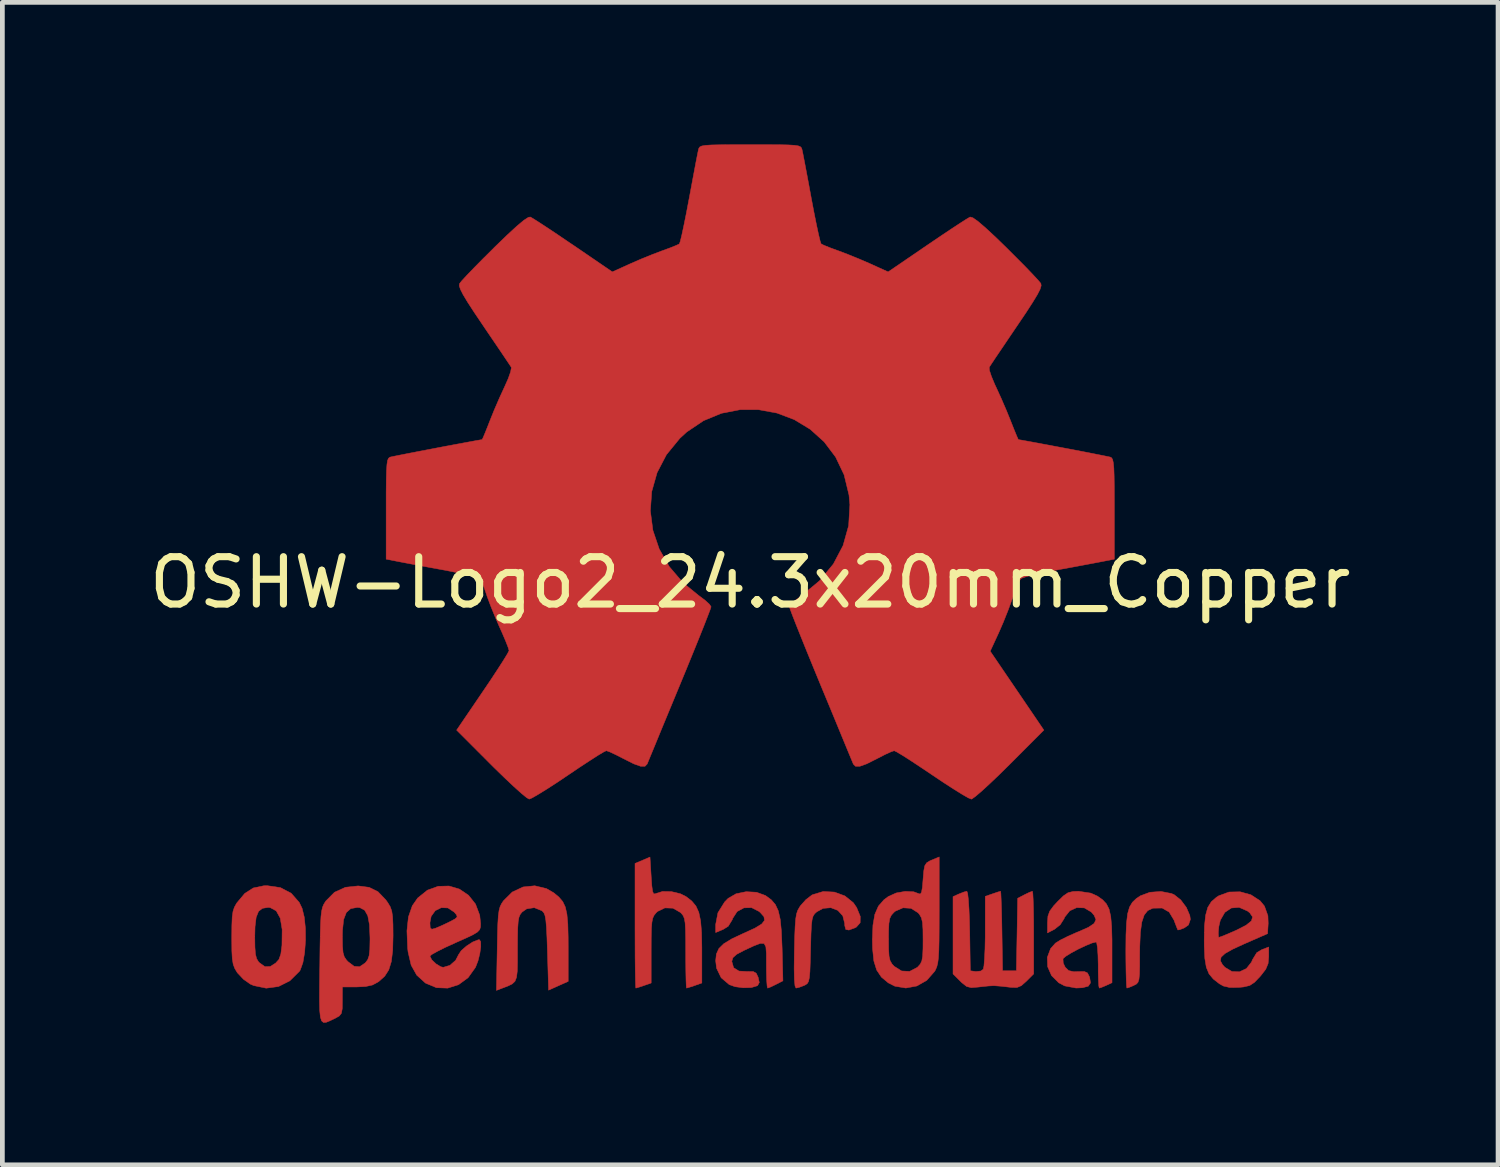
<source format=kicad_pcb>
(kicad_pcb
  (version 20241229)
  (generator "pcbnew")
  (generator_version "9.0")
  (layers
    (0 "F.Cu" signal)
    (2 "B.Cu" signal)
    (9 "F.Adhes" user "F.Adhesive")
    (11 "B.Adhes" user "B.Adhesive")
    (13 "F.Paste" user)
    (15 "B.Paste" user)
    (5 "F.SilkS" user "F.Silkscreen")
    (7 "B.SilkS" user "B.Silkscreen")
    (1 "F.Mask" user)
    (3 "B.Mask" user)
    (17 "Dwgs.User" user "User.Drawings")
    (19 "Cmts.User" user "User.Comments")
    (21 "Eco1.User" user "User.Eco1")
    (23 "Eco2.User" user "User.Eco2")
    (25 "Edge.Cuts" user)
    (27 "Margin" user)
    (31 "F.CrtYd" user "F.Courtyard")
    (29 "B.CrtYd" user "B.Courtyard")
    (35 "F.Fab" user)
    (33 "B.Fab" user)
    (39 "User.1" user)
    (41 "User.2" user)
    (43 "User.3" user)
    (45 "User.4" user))
  (footprint "OSHW-Logo2_24.3x20mm_Copper"
    (layer "F.Cu")
    (at 12.792 9.25)
    (property "Reference" "OSHW-Logo2_24.3x20mm_Copper" (at 0 0 0) (layer "F.SilkS") (effects (font (size 1 1) (thickness 0.15))))
    (attr exclude_from_pos_files exclude_from_bom)
    (fp_poly (pts (xy 8.893 6.567) (xy 8.951 6.592) (xy 9.09 6.702) (xy 9.209 6.861) (xy 9.282 7.031) (xy 9.294 7.114) (xy 9.254 7.231) (xy 9.166 7.293) (xy 9.072 7.33) (xy 9.029 7.337) (xy 9.008 7.287) (xy 8.966 7.178) (xy 8.948 7.129) (xy 8.846 6.959) (xy 8.698 6.874) (xy 8.509 6.877) (xy 8.495 6.88) (xy 8.393 6.928) (xy 8.319 7.021) (xy 8.268 7.172) (xy 8.238 7.391) (xy 8.225 7.69) (xy 8.223 7.849) (xy 8.223 8.1) (xy 8.219 8.271) (xy 8.208 8.379) (xy 8.187 8.443) (xy 8.153 8.48) (xy 8.102 8.506) (xy 8.099 8.508) (xy 8.002 8.549) (xy 7.953 8.564) (xy 7.946 8.518) (xy 7.94 8.391) (xy 7.935 8.199) (xy 7.932 7.959) (xy 7.931 7.783) (xy 7.934 7.443) (xy 7.946 7.184) (xy 7.969 6.993) (xy 8.009 6.854) (xy 8.07 6.752) (xy 8.154 6.672) (xy 8.238 6.616) (xy 8.439 6.541) (xy 8.673 6.524) (xy 8.893 6.567)) (stroke (width 0.01) (type solid)) (fill yes) (layer "F.Cu"))
    (fp_poly (pts (xy -4.304 6.463) (xy -4.148 6.553) (xy -4.04 6.643) (xy -3.96 6.737) (xy -3.905 6.852) (xy -3.871 7.004) (xy -3.852 7.211) (xy -3.845 7.488) (xy -3.844 7.688) (xy -3.844 8.423) (xy -4.051 8.515) (xy -4.258 8.608) (xy -4.282 7.803) (xy -4.292 7.503) (xy -4.303 7.285) (xy -4.316 7.134) (xy -4.333 7.036) (xy -4.357 6.976) (xy -4.39 6.938) (xy -4.401 6.93) (xy -4.56 6.866) (xy -4.721 6.891) (xy -4.817 6.958) (xy -4.856 7.006) (xy -4.883 7.068) (xy -4.9 7.162) (xy -4.91 7.306) (xy -4.914 7.516) (xy -4.915 7.735) (xy -4.915 8.01) (xy -4.919 8.205) (xy -4.935 8.336) (xy -4.968 8.421) (xy -5.026 8.476) (xy -5.113 8.519) (xy -5.231 8.564) (xy -5.359 8.613) (xy -5.343 7.749) (xy -5.337 7.438) (xy -5.33 7.207) (xy -5.32 7.043) (xy -5.304 6.927) (xy -5.282 6.844) (xy -5.25 6.779) (xy -5.211 6.721) (xy -5.025 6.536) (xy -4.797 6.429) (xy -4.55 6.404) (xy -4.304 6.463)) (stroke (width 0.01) (type solid)) (fill yes) (layer "F.Cu"))
    (fp_poly (pts (xy 1.777 6.537) (xy 1.998 6.618) (xy 2.177 6.762) (xy 2.247 6.864) (xy 2.323 7.05) (xy 2.321 7.185) (xy 2.241 7.276) (xy 2.212 7.291) (xy 2.084 7.339) (xy 2.018 7.327) (xy 1.996 7.246) (xy 1.995 7.202) (xy 1.954 7.038) (xy 1.849 6.923) (xy 1.702 6.867) (xy 1.538 6.881) (xy 1.404 6.954) (xy 1.359 6.995) (xy 1.327 7.045) (xy 1.306 7.121) (xy 1.292 7.239) (xy 1.283 7.417) (xy 1.276 7.67) (xy 1.274 7.75) (xy 1.267 8.025) (xy 1.26 8.218) (xy 1.248 8.346) (xy 1.23 8.425) (xy 1.203 8.47) (xy 1.163 8.497) (xy 1.138 8.509) (xy 1.03 8.55) (xy 0.966 8.564) (xy 0.945 8.519) (xy 0.932 8.381) (xy 0.927 8.15) (xy 0.931 7.824) (xy 0.932 7.773) (xy 0.939 7.476) (xy 0.948 7.258) (xy 0.96 7.104) (xy 0.978 6.996) (xy 1.005 6.918) (xy 1.043 6.852) (xy 1.062 6.824) (xy 1.174 6.698) (xy 1.3 6.601) (xy 1.315 6.593) (xy 1.54 6.525) (xy 1.777 6.537)) (stroke (width 0.01) (type solid)) (fill yes) (layer "F.Cu"))
    (fp_poly (pts (xy -2.092 6.206) (xy -2.078 6.405) (xy -2.062 6.523) (xy -2.039 6.574) (xy -2.006 6.574) (xy -1.995 6.568) (xy -1.852 6.524) (xy -1.665 6.527) (xy -1.476 6.572) (xy -1.357 6.631) (xy -1.236 6.725) (xy -1.147 6.831) (xy -1.086 6.966) (xy -1.048 7.146) (xy -1.028 7.388) (xy -1.022 7.707) (xy -1.022 7.769) (xy -1.022 8.457) (xy -1.175 8.511) (xy -1.284 8.547) (xy -1.344 8.564) (xy -1.345 8.564) (xy -1.351 8.518) (xy -1.356 8.392) (xy -1.36 8.201) (xy -1.362 7.963) (xy -1.362 7.818) (xy -1.363 7.533) (xy -1.367 7.328) (xy -1.375 7.188) (xy -1.391 7.096) (xy -1.416 7.035) (xy -1.452 6.989) (xy -1.475 6.967) (xy -1.632 6.877) (xy -1.803 6.871) (xy -1.958 6.946) (xy -1.987 6.974) (xy -2.029 7.025) (xy -2.058 7.086) (xy -2.076 7.174) (xy -2.087 7.307) (xy -2.091 7.502) (xy -2.092 7.772) (xy -2.092 8.457) (xy -2.246 8.511) (xy -2.354 8.547) (xy -2.414 8.564) (xy -2.416 8.564) (xy -2.42 8.517) (xy -2.424 8.386) (xy -2.428 8.182) (xy -2.431 7.919) (xy -2.432 7.608) (xy -2.433 7.263) (xy -2.433 7.248) (xy -2.433 5.932) (xy -2.117 5.798) (xy -2.092 6.206)) (stroke (width 0.01) (type solid)) (fill yes) (layer "F.Cu"))
    (fp_poly (pts (xy 5.967 6.566) (xy 5.974 6.694) (xy 5.98 6.889) (xy 5.984 7.135) (xy 5.985 7.392) (xy 5.985 8.265) (xy 5.831 8.419) (xy 5.725 8.513) (xy 5.632 8.552) (xy 5.505 8.549) (xy 5.454 8.543) (xy 5.296 8.525) (xy 5.165 8.515) (xy 5.134 8.514) (xy 5.026 8.52) (xy 4.873 8.536) (xy 4.813 8.543) (xy 4.667 8.555) (xy 4.569 8.53) (xy 4.471 8.453) (xy 4.436 8.419) (xy 4.282 8.265) (xy 4.282 6.633) (xy 4.406 6.577) (xy 4.513 6.535) (xy 4.575 6.52) (xy 4.591 6.567) (xy 4.606 6.696) (xy 4.619 6.894) (xy 4.629 7.146) (xy 4.634 7.36) (xy 4.647 8.199) (xy 4.763 8.215) (xy 4.869 8.204) (xy 4.92 8.167) (xy 4.935 8.097) (xy 4.947 7.949) (xy 4.957 7.741) (xy 4.962 7.493) (xy 4.962 7.364) (xy 4.963 6.627) (xy 5.116 6.574) (xy 5.225 6.537) (xy 5.284 6.52) (xy 5.286 6.52) (xy 5.292 6.566) (xy 5.298 6.694) (xy 5.305 6.888) (xy 5.311 7.132) (xy 5.315 7.36) (xy 5.328 8.199) (xy 5.62 8.199) (xy 5.634 7.433) (xy 5.647 6.668) (xy 5.789 6.594) (xy 5.894 6.543) (xy 5.957 6.52) (xy 5.958 6.52) (xy 5.967 6.566)) (stroke (width 0.01) (type solid)) (fill yes) (layer "F.Cu"))
    (fp_poly (pts (xy -9.92 6.443) (xy -9.692 6.563) (xy -9.523 6.756) (xy -9.463 6.88) (xy -9.417 7.067) (xy -9.393 7.302) (xy -9.391 7.559) (xy -9.409 7.81) (xy -9.446 8.027) (xy -9.502 8.183) (xy -9.519 8.21) (xy -9.721 8.41) (xy -9.961 8.531) (xy -10.221 8.566) (xy -10.485 8.511) (xy -10.558 8.479) (xy -10.701 8.378) (xy -10.826 8.245) (xy -10.838 8.228) (xy -10.886 8.147) (xy -10.918 8.06) (xy -10.937 7.945) (xy -10.946 7.782) (xy -10.948 7.546) (xy -10.948 7.493) (xy -10.948 7.477) (xy -10.462 7.477) (xy -10.459 7.699) (xy -10.448 7.846) (xy -10.424 7.941) (xy -10.385 8.007) (xy -10.364 8.029) (xy -10.248 8.112) (xy -10.135 8.108) (xy -10.021 8.036) (xy -9.952 7.959) (xy -9.912 7.846) (xy -9.889 7.669) (xy -9.888 7.648) (xy -9.884 7.327) (xy -9.924 7.088) (xy -10.009 6.934) (xy -10.136 6.865) (xy -10.182 6.861) (xy -10.301 6.88) (xy -10.383 6.945) (xy -10.433 7.071) (xy -10.457 7.269) (xy -10.462 7.477) (xy -10.948 7.477) (xy -10.946 7.243) (xy -10.939 7.068) (xy -10.922 6.946) (xy -10.893 6.857) (xy -10.849 6.778) (xy -10.839 6.763) (xy -10.673 6.565) (xy -10.493 6.45) (xy -10.273 6.404) (xy -10.199 6.402) (xy -9.92 6.443)) (stroke (width 0.01) (type solid)) (fill yes) (layer "F.Cu"))
    (fp_poly (pts (xy 10.572 6.594) (xy 10.765 6.72) (xy 10.858 6.833) (xy 10.931 7.037) (xy 10.937 7.199) (xy 10.924 7.415) (xy 10.425 7.633) (xy 10.183 7.745) (xy 10.024 7.835) (xy 9.942 7.912) (xy 9.928 7.988) (xy 9.973 8.071) (xy 10.024 8.126) (xy 10.171 8.214) (xy 10.33 8.221) (xy 10.477 8.152) (xy 10.585 8.015) (xy 10.604 7.967) (xy 10.696 7.816) (xy 10.803 7.752) (xy 10.948 7.697) (xy 10.948 7.905) (xy 10.935 8.047) (xy 10.885 8.167) (xy 10.779 8.304) (xy 10.763 8.322) (xy 10.646 8.444) (xy 10.545 8.51) (xy 10.418 8.54) (xy 10.313 8.55) (xy 10.126 8.552) (xy 9.992 8.521) (xy 9.909 8.475) (xy 9.778 8.373) (xy 9.687 8.263) (xy 9.63 8.124) (xy 9.599 7.937) (xy 9.587 7.682) (xy 9.586 7.552) (xy 9.589 7.396) (xy 9.883 7.396) (xy 9.887 7.48) (xy 9.895 7.493) (xy 9.951 7.475) (xy 10.072 7.426) (xy 10.233 7.356) (xy 10.267 7.341) (xy 10.47 7.237) (xy 10.583 7.146) (xy 10.607 7.061) (xy 10.548 6.975) (xy 10.5 6.937) (xy 10.324 6.86) (xy 10.159 6.873) (xy 10.021 6.966) (xy 9.926 7.131) (xy 9.895 7.262) (xy 9.883 7.396) (xy 9.589 7.396) (xy 9.592 7.249) (xy 9.616 7.025) (xy 9.661 6.862) (xy 9.736 6.741) (xy 9.845 6.646) (xy 9.892 6.616) (xy 10.108 6.536) (xy 10.344 6.531) (xy 10.572 6.594)) (stroke (width 0.01) (type solid)) (fill yes) (layer "F.Cu"))
    (fp_poly (pts (xy 3.99 6.924) (xy 3.989 7.288) (xy 3.987 7.568) (xy 3.982 7.777) (xy 3.973 7.929) (xy 3.959 8.037) (xy 3.939 8.115) (xy 3.913 8.177) (xy 3.893 8.212) (xy 3.727 8.401) (xy 3.518 8.52) (xy 3.285 8.563) (xy 3.053 8.524) (xy 2.915 8.454) (xy 2.769 8.332) (xy 2.67 8.184) (xy 2.61 7.991) (xy 2.583 7.732) (xy 2.579 7.542) (xy 2.58 7.529) (xy 2.92 7.529) (xy 2.922 7.746) (xy 2.931 7.89) (xy 2.953 7.984) (xy 2.992 8.053) (xy 3.039 8.104) (xy 3.196 8.203) (xy 3.365 8.212) (xy 3.524 8.129) (xy 3.537 8.118) (xy 3.59 8.059) (xy 3.623 7.99) (xy 3.641 7.886) (xy 3.648 7.726) (xy 3.649 7.549) (xy 3.647 7.326) (xy 3.637 7.178) (xy 3.614 7.08) (xy 3.575 7.011) (xy 3.544 6.974) (xy 3.396 6.88) (xy 3.226 6.869) (xy 3.063 6.94) (xy 3.032 6.967) (xy 2.979 7.026) (xy 2.946 7.096) (xy 2.928 7.2) (xy 2.921 7.362) (xy 2.92 7.529) (xy 2.58 7.529) (xy 2.591 7.237) (xy 2.631 7.007) (xy 2.706 6.834) (xy 2.823 6.7) (xy 2.915 6.631) (xy 3.081 6.556) (xy 3.273 6.522) (xy 3.452 6.531) (xy 3.552 6.568) (xy 3.591 6.579) (xy 3.617 6.539) (xy 3.636 6.433) (xy 3.649 6.271) (xy 3.664 6.091) (xy 3.685 5.982) (xy 3.724 5.92) (xy 3.79 5.879) (xy 3.832 5.861) (xy 3.99 5.795) (xy 3.99 6.924)) (stroke (width 0.01) (type solid)) (fill yes) (layer "F.Cu"))
    (fp_poly (pts (xy -6.141 6.474) (xy -5.949 6.604) (xy -5.801 6.79) (xy -5.712 7.027) (xy -5.694 7.202) (xy -5.696 7.275) (xy -5.713 7.33) (xy -5.76 7.38) (xy -5.851 7.436) (xy -6.002 7.508) (xy -6.227 7.608) (xy -6.228 7.609) (xy -6.435 7.703) (xy -6.605 7.788) (xy -6.72 7.852) (xy -6.764 7.888) (xy -6.764 7.888) (xy -6.726 7.966) (xy -6.636 8.052) (xy -6.534 8.114) (xy -6.482 8.126) (xy -6.341 8.084) (xy -6.22 7.977) (xy -6.16 7.86) (xy -6.103 7.774) (xy -5.991 7.676) (xy -5.86 7.591) (xy -5.744 7.545) (xy -5.719 7.542) (xy -5.692 7.584) (xy -5.69 7.691) (xy -5.71 7.834) (xy -5.748 7.988) (xy -5.8 8.122) (xy -5.803 8.128) (xy -5.958 8.345) (xy -6.159 8.492) (xy -6.388 8.565) (xy -6.626 8.556) (xy -6.853 8.461) (xy -6.863 8.454) (xy -7.042 8.292) (xy -7.16 8.081) (xy -7.225 7.803) (xy -7.234 7.724) (xy -7.249 7.356) (xy -7.231 7.184) (xy -6.764 7.184) (xy -6.758 7.291) (xy -6.724 7.322) (xy -6.642 7.299) (xy -6.511 7.243) (xy -6.365 7.174) (xy -6.362 7.172) (xy -6.238 7.107) (xy -6.189 7.064) (xy -6.201 7.018) (xy -6.252 6.959) (xy -6.383 6.872) (xy -6.524 6.866) (xy -6.651 6.929) (xy -6.738 7.05) (xy -6.764 7.184) (xy -7.231 7.184) (xy -7.217 7.06) (xy -7.136 6.826) (xy -7.022 6.662) (xy -6.817 6.497) (xy -6.591 6.415) (xy -6.36 6.409) (xy -6.141 6.474)) (stroke (width 0.01) (type solid)) (fill yes) (layer "F.Cu"))
    (fp_poly (pts (xy 0.133 6.541) (xy 0.324 6.611) (xy 0.326 6.613) (xy 0.444 6.7) (xy 0.531 6.801) (xy 0.592 6.933) (xy 0.633 7.112) (xy 0.657 7.354) (xy 0.671 7.675) (xy 0.673 7.721) (xy 0.69 8.411) (xy 0.542 8.487) (xy 0.435 8.539) (xy 0.37 8.564) (xy 0.367 8.564) (xy 0.356 8.519) (xy 0.347 8.397) (xy 0.342 8.218) (xy 0.341 8.074) (xy 0.341 7.84) (xy 0.33 7.693) (xy 0.293 7.623) (xy 0.213 7.62) (xy 0.075 7.673) (xy -0.134 7.77) (xy -0.287 7.851) (xy -0.366 7.922) (xy -0.389 7.998) (xy -0.389 8.002) (xy -0.351 8.134) (xy -0.238 8.205) (xy -0.064 8.215) (xy 0.061 8.214) (xy 0.126 8.25) (xy 0.167 8.336) (xy 0.191 8.446) (xy 0.157 8.509) (xy 0.144 8.517) (xy 0.023 8.553) (xy -0.146 8.558) (xy -0.32 8.535) (xy -0.443 8.491) (xy -0.614 8.346) (xy -0.711 8.145) (xy -0.73 7.987) (xy -0.715 7.845) (xy -0.662 7.729) (xy -0.557 7.626) (xy -0.387 7.523) (xy -0.137 7.406) (xy -0.122 7.4) (xy 0.103 7.296) (xy 0.242 7.211) (xy 0.302 7.134) (xy 0.289 7.056) (xy 0.21 6.967) (xy 0.186 6.946) (xy 0.029 6.866) (xy -0.134 6.87) (xy -0.277 6.948) (xy -0.371 7.093) (xy -0.38 7.121) (xy -0.465 7.259) (xy -0.573 7.326) (xy -0.73 7.391) (xy -0.73 7.221) (xy -0.682 6.973) (xy -0.541 6.746) (xy -0.467 6.67) (xy -0.3 6.573) (xy -0.087 6.529) (xy 0.133 6.541)) (stroke (width 0.01) (type solid)) (fill yes) (layer "F.Cu"))
    (fp_poly (pts (xy -8.047 6.437) (xy -7.861 6.529) (xy -7.697 6.7) (xy -7.652 6.763) (xy -7.602 6.846) (xy -7.57 6.936) (xy -7.552 7.056) (xy -7.544 7.229) (xy -7.542 7.457) (xy -7.55 7.77) (xy -7.579 8.005) (xy -7.633 8.18) (xy -7.719 8.314) (xy -7.843 8.425) (xy -7.852 8.431) (xy -7.974 8.498) (xy -8.121 8.531) (xy -8.308 8.54) (xy -8.612 8.54) (xy -8.613 8.835) (xy -8.615 8.999) (xy -8.633 9.096) (xy -8.678 9.153) (xy -8.764 9.202) (xy -8.785 9.212) (xy -8.882 9.258) (xy -8.957 9.288) (xy -9.012 9.29) (xy -9.052 9.256) (xy -9.077 9.176) (xy -9.091 9.04) (xy -9.096 8.838) (xy -9.095 8.56) (xy -9.091 8.198) (xy -9.089 8.09) (xy -9.085 7.716) (xy -9.08 7.471) (xy -8.613 7.471) (xy -8.61 7.679) (xy -8.598 7.815) (xy -8.572 7.904) (xy -8.525 7.973) (xy -8.493 8.007) (xy -8.363 8.105) (xy -8.248 8.113) (xy -8.129 8.032) (xy -8.126 8.029) (xy -8.078 7.966) (xy -8.048 7.881) (xy -8.033 7.75) (xy -8.029 7.549) (xy -8.029 7.504) (xy -8.04 7.228) (xy -8.076 7.036) (xy -8.142 6.919) (xy -8.242 6.866) (xy -8.299 6.861) (xy -8.436 6.886) (xy -8.529 6.968) (xy -8.586 7.117) (xy -8.61 7.346) (xy -8.613 7.471) (xy -9.08 7.471) (xy -9.08 7.427) (xy -9.073 7.209) (xy -9.064 7.05) (xy -9.05 6.937) (xy -9.032 6.858) (xy -9.007 6.798) (xy -8.975 6.746) (xy -8.962 6.726) (xy -8.779 6.541) (xy -8.548 6.436) (xy -8.28 6.407) (xy -8.047 6.437)) (stroke (width 0.01) (type solid)) (fill yes) (layer "F.Cu"))
    (fp_poly (pts (xy 7.191 6.559) (xy 7.331 6.622) (xy 7.441 6.7) (xy 7.521 6.786) (xy 7.577 6.897) (xy 7.612 7.05) (xy 7.631 7.259) (xy 7.639 7.541) (xy 7.639 7.727) (xy 7.639 8.451) (xy 7.516 8.508) (xy 7.418 8.549) (xy 7.37 8.564) (xy 7.36 8.519) (xy 7.353 8.397) (xy 7.348 8.219) (xy 7.348 8.077) (xy 7.343 7.873) (xy 7.332 7.711) (xy 7.316 7.612) (xy 7.303 7.591) (xy 7.217 7.612) (xy 7.082 7.668) (xy 6.925 7.742) (xy 6.775 7.823) (xy 6.659 7.895) (xy 6.604 7.944) (xy 6.604 7.945) (xy 6.609 8.036) (xy 6.651 8.124) (xy 6.724 8.195) (xy 6.832 8.219) (xy 6.923 8.216) (xy 7.053 8.214) (xy 7.121 8.244) (xy 7.162 8.325) (xy 7.167 8.34) (xy 7.185 8.454) (xy 7.138 8.524) (xy 7.014 8.557) (xy 6.88 8.563) (xy 6.64 8.518) (xy 6.515 8.453) (xy 6.362 8.3) (xy 6.28 8.113) (xy 6.273 7.915) (xy 6.342 7.731) (xy 6.445 7.615) (xy 6.549 7.55) (xy 6.711 7.469) (xy 6.901 7.385) (xy 6.933 7.373) (xy 7.141 7.281) (xy 7.261 7.2) (xy 7.3 7.119) (xy 7.263 7.029) (xy 7.202 6.958) (xy 7.055 6.871) (xy 6.894 6.865) (xy 6.747 6.932) (xy 6.64 7.066) (xy 6.626 7.1) (xy 6.545 7.227) (xy 6.427 7.321) (xy 6.277 7.399) (xy 6.277 7.179) (xy 6.286 7.045) (xy 6.324 6.94) (xy 6.407 6.827) (xy 6.488 6.74) (xy 6.613 6.617) (xy 6.71 6.551) (xy 6.814 6.525) (xy 6.932 6.52) (xy 7.191 6.559)) (stroke (width 0.01) (type solid)) (fill yes) (layer "F.Cu"))
    (fp_poly (pts (xy 0.348 -9.245) (xy 0.612 -9.244) (xy 0.802 -9.24) (xy 0.932 -9.232) (xy 1.014 -9.22) (xy 1.06 -9.201) (xy 1.083 -9.175) (xy 1.094 -9.14) (xy 1.095 -9.136) (xy 1.112 -9.055) (xy 1.143 -8.895) (xy 1.185 -8.674) (xy 1.235 -8.408) (xy 1.289 -8.114) (xy 1.291 -8.103) (xy 1.346 -7.815) (xy 1.397 -7.561) (xy 1.441 -7.355) (xy 1.475 -7.214) (xy 1.496 -7.151) (xy 1.497 -7.15) (xy 1.558 -7.12) (xy 1.684 -7.069) (xy 1.848 -7.009) (xy 1.849 -7.009) (xy 2.055 -6.931) (xy 2.299 -6.832) (xy 2.528 -6.733) (xy 2.539 -6.728) (xy 2.912 -6.559) (xy 3.739 -7.124) (xy 3.993 -7.296) (xy 4.223 -7.45) (xy 4.416 -7.577) (xy 4.558 -7.668) (xy 4.636 -7.714) (xy 4.643 -7.718) (xy 4.7 -7.702) (xy 4.806 -7.628) (xy 4.966 -7.491) (xy 5.184 -7.289) (xy 5.406 -7.073) (xy 5.619 -6.86) (xy 5.811 -6.667) (xy 5.968 -6.503) (xy 6.08 -6.382) (xy 6.135 -6.316) (xy 6.137 -6.313) (xy 6.143 -6.267) (xy 6.121 -6.193) (xy 6.063 -6.08) (xy 5.965 -5.918) (xy 5.822 -5.697) (xy 5.63 -5.413) (xy 5.46 -5.162) (xy 5.309 -4.938) (xy 5.183 -4.752) (xy 5.094 -4.618) (xy 5.049 -4.549) (xy 5.046 -4.545) (xy 5.051 -4.479) (xy 5.093 -4.351) (xy 5.163 -4.184) (xy 5.188 -4.131) (xy 5.296 -3.895) (xy 5.412 -3.626) (xy 5.506 -3.394) (xy 5.574 -3.222) (xy 5.628 -3.091) (xy 5.659 -3.022) (xy 5.662 -3.017) (xy 5.72 -3.008) (xy 5.854 -2.984) (xy 6.049 -2.948) (xy 6.285 -2.904) (xy 6.545 -2.855) (xy 6.811 -2.805) (xy 7.065 -2.756) (xy 7.289 -2.712) (xy 7.465 -2.677) (xy 7.576 -2.654) (xy 7.603 -2.648) (xy 7.631 -2.632) (xy 7.652 -2.596) (xy 7.667 -2.527) (xy 7.678 -2.415) (xy 7.684 -2.245) (xy 7.687 -2.007) (xy 7.688 -1.688) (xy 7.688 -1.557) (xy 7.688 -0.493) (xy 7.433 -0.443) (xy 7.291 -0.416) (xy 7.078 -0.376) (xy 6.822 -0.328) (xy 6.548 -0.278) (xy 6.472 -0.264) (xy 6.218 -0.214) (xy 5.997 -0.166) (xy 5.828 -0.123) (xy 5.728 -0.089) (xy 5.711 -0.079) (xy 5.67 -0.009) (xy 5.612 0.127) (xy 5.547 0.303) (xy 5.534 0.341) (xy 5.449 0.575) (xy 5.343 0.84) (xy 5.24 1.077) (xy 5.239 1.078) (xy 5.067 1.451) (xy 5.634 2.284) (xy 6.2 3.117) (xy 5.473 3.845) (xy 5.253 4.062) (xy 5.052 4.253) (xy 4.882 4.409) (xy 4.754 4.518) (xy 4.679 4.571) (xy 4.668 4.574) (xy 4.605 4.548) (xy 4.476 4.474) (xy 4.296 4.362) (xy 4.078 4.221) (xy 3.842 4.063) (xy 3.602 3.902) (xy 3.389 3.761) (xy 3.215 3.65) (xy 3.094 3.578) (xy 3.04 3.552) (xy 2.974 3.574) (xy 2.849 3.631) (xy 2.691 3.712) (xy 2.674 3.721) (xy 2.461 3.828) (xy 2.314 3.881) (xy 2.223 3.881) (xy 2.176 3.833) (xy 2.176 3.832) (xy 2.152 3.774) (xy 2.095 3.637) (xy 2.01 3.431) (xy 1.901 3.167) (xy 1.773 2.856) (xy 1.629 2.508) (xy 1.489 2.171) (xy 1.336 1.799) (xy 1.195 1.454) (xy 1.071 1.147) (xy 0.968 0.889) (xy 0.89 0.69) (xy 0.842 0.561) (xy 0.827 0.512) (xy 0.865 0.457) (xy 0.962 0.369) (xy 1.093 0.271) (xy 1.464 -0.037) (xy 1.755 -0.39) (xy 1.96 -0.78) (xy 2.078 -1.201) (xy 2.104 -1.644) (xy 2.085 -1.849) (xy 1.982 -2.274) (xy 1.803 -2.649) (xy 1.561 -2.97) (xy 1.267 -3.235) (xy 0.931 -3.439) (xy 0.564 -3.578) (xy 0.178 -3.649) (xy -0.216 -3.649) (xy -0.608 -3.573) (xy -0.986 -3.417) (xy -1.34 -3.179) (xy -1.487 -3.044) (xy -1.77 -2.698) (xy -1.967 -2.32) (xy -2.08 -1.921) (xy -2.109 -1.512) (xy -2.056 -1.103) (xy -1.922 -0.707) (xy -1.709 -0.334) (xy -1.418 0.006) (xy -1.093 0.271) (xy -0.957 0.373) (xy -0.862 0.46) (xy -0.827 0.512) (xy -0.845 0.569) (xy -0.897 0.706) (xy -0.977 0.911) (xy -1.082 1.174) (xy -1.208 1.484) (xy -1.35 1.832) (xy -1.49 2.171) (xy -1.644 2.543) (xy -1.787 2.888) (xy -1.914 3.195) (xy -2.02 3.454) (xy -2.103 3.654) (xy -2.156 3.783) (xy -2.176 3.832) (xy -2.223 3.881) (xy -2.313 3.881) (xy -2.459 3.829) (xy -2.672 3.722) (xy -2.674 3.721) (xy -2.834 3.639) (xy -2.964 3.578) (xy -3.037 3.552) (xy -3.04 3.552) (xy -3.095 3.578) (xy -3.217 3.651) (xy -3.391 3.763) (xy -3.605 3.903) (xy -3.842 4.063) (xy -4.083 4.225) (xy -4.3 4.365) (xy -4.48 4.476) (xy -4.607 4.549) (xy -4.668 4.574) (xy -4.724 4.541) (xy -4.837 4.448) (xy -4.995 4.306) (xy -5.187 4.125) (xy -5.403 3.915) (xy -5.473 3.845) (xy -6.2 3.117) (xy -5.647 2.304) (xy -5.478 2.054) (xy -5.331 1.83) (xy -5.212 1.645) (xy -5.13 1.511) (xy -5.094 1.442) (xy -5.093 1.437) (xy -5.112 1.371) (xy -5.163 1.24) (xy -5.238 1.064) (xy -5.291 0.947) (xy -5.389 0.721) (xy -5.481 0.494) (xy -5.553 0.302) (xy -5.572 0.243) (xy -5.627 0.087) (xy -5.681 -0.034) (xy -5.711 -0.079) (xy -5.776 -0.107) (xy -5.919 -0.147) (xy -6.121 -0.194) (xy -6.363 -0.243) (xy -6.472 -0.264) (xy -6.747 -0.314) (xy -7.011 -0.363) (xy -7.238 -0.406) (xy -7.402 -0.437) (xy -7.433 -0.443) (xy -7.688 -0.493) (xy -7.688 -1.557) (xy -7.688 -1.907) (xy -7.685 -2.172) (xy -7.68 -2.363) (xy -7.671 -2.494) (xy -7.658 -2.577) (xy -7.639 -2.622) (xy -7.613 -2.644) (xy -7.603 -2.648) (xy -7.54 -2.662) (xy -7.4 -2.69) (xy -7.202 -2.729) (xy -6.964 -2.775) (xy -6.703 -2.825) (xy -6.437 -2.876) (xy -6.185 -2.923) (xy -5.963 -2.964) (xy -5.791 -2.996) (xy -5.686 -3.014) (xy -5.662 -3.017) (xy -5.641 -3.059) (xy -5.594 -3.171) (xy -5.53 -3.331) (xy -5.506 -3.394) (xy -5.408 -3.637) (xy -5.292 -3.905) (xy -5.188 -4.131) (xy -5.111 -4.304) (xy -5.061 -4.446) (xy -5.044 -4.533) (xy -5.046 -4.545) (xy -5.082 -4.6) (xy -5.164 -4.722) (xy -5.283 -4.899) (xy -5.431 -5.117) (xy -5.598 -5.363) (xy -5.631 -5.412) (xy -5.825 -5.7) (xy -5.968 -5.92) (xy -6.064 -6.08) (xy -6.121 -6.193) (xy -6.144 -6.266) (xy -6.138 -6.312) (xy -6.138 -6.312) (xy -6.09 -6.372) (xy -5.983 -6.488) (xy -5.83 -6.647) (xy -5.642 -6.838) (xy -5.429 -7.049) (xy -5.406 -7.073) (xy -5.138 -7.332) (xy -4.932 -7.522) (xy -4.783 -7.647) (xy -4.686 -7.71) (xy -4.643 -7.718) (xy -4.581 -7.682) (xy -4.452 -7.6) (xy -4.27 -7.481) (xy -4.047 -7.332) (xy -3.798 -7.163) (xy -3.739 -7.124) (xy -2.912 -6.559) (xy -2.539 -6.728) (xy -2.312 -6.827) (xy -2.068 -6.926) (xy -1.858 -7.006) (xy -1.849 -7.009) (xy -1.685 -7.069) (xy -1.559 -7.12) (xy -1.497 -7.15) (xy -1.497 -7.15) (xy -1.477 -7.205) (xy -1.444 -7.341) (xy -1.401 -7.542) (xy -1.35 -7.793) (xy -1.296 -8.079) (xy -1.291 -8.103) (xy -1.236 -8.398) (xy -1.186 -8.665) (xy -1.144 -8.889) (xy -1.112 -9.051) (xy -1.095 -9.134) (xy -1.095 -9.136) (xy -1.084 -9.171) (xy -1.064 -9.198) (xy -1.021 -9.218) (xy -0.944 -9.231) (xy -0.82 -9.239) (xy -0.636 -9.243) (xy -0.382 -9.245) (xy -0.044 -9.245) (xy 0 -9.245) (xy 0.348 -9.245)) (stroke (width 0.01) (type solid)) (fill yes) (layer "F.Cu")))
  (gr_rect
    (start -3 -3)
    (end 28.583 21.546)
    (stroke (width 0.1) (type default))
    (fill no)
    (layer "Edge.Cuts")))
</source>
